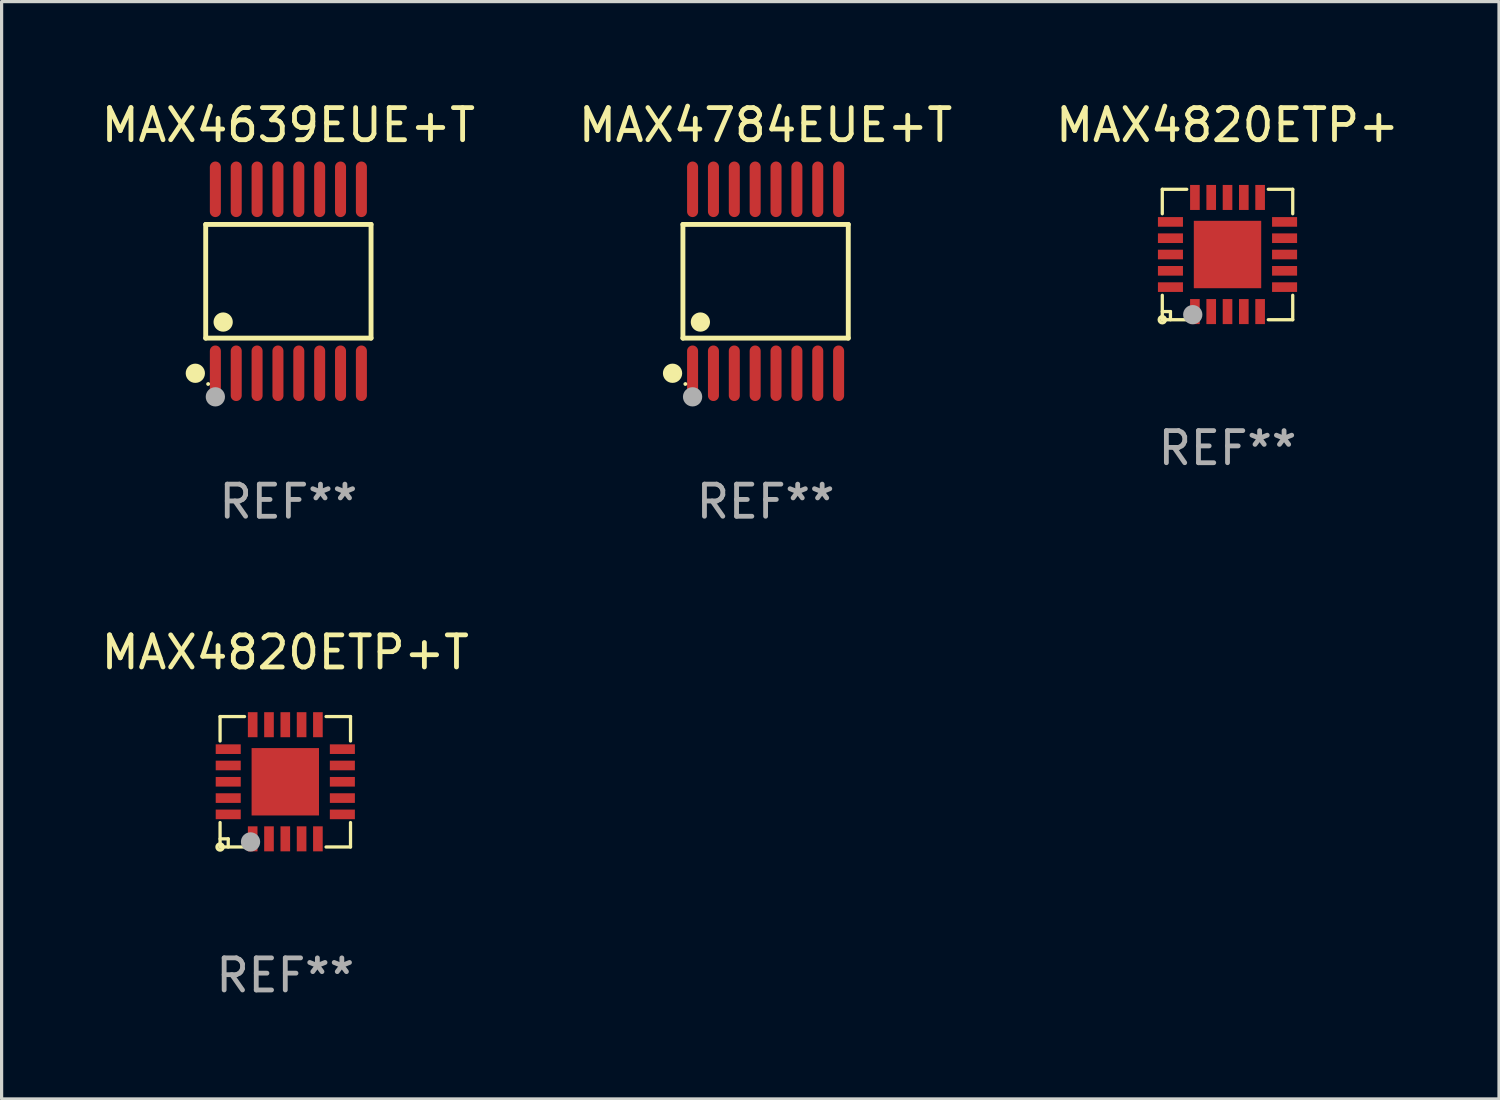
<source format=kicad_pcb>
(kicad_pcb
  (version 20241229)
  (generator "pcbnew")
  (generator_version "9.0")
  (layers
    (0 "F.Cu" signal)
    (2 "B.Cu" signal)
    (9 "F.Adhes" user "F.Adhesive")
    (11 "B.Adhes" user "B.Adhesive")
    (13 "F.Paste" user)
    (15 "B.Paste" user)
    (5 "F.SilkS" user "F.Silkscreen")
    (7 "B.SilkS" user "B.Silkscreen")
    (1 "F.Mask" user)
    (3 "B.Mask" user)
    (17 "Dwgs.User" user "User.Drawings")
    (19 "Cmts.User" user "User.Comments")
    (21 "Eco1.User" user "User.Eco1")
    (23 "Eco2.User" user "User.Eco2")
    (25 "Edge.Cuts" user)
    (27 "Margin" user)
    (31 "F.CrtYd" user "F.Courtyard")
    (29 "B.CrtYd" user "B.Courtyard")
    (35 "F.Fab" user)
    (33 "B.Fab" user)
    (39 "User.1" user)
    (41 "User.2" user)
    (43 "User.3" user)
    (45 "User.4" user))
  (footprint "MAX4784EUE+T"
    (layer "F.Cu")
    (at 20.804 5.714)
    (property "Reference" "MAX4784EUE+T" (at 0 -4.866 0) (layer "F.SilkS") (effects (font (size 1 1) (thickness 0.15))))
    (attr through_hole)
    (fp_line (start -2.576 -1.772) (end 2.576 -1.772) (stroke (width 0.152) (type solid)) (layer "F.SilkS"))
    (fp_line (start -2.576 1.771) (end -2.576 -1.772) (stroke (width 0.152) (type solid)) (layer "F.SilkS"))
    (fp_line (start 2.576 -1.772) (end 2.576 1.771) (stroke (width 0.152) (type solid)) (layer "F.SilkS"))
    (fp_line (start 2.576 1.771) (end -2.576 1.771) (stroke (width 0.152) (type solid)) (layer "F.SilkS"))
    (fp_circle (center -2.899 2.866) (end -2.749 2.866) (stroke (width 0.3) (type solid)) (fill no) (layer "F.SilkS"))
    (fp_circle (center -2.5 3.2) (end -2.47 3.2) (stroke (width 0.06) (type solid)) (fill no) (layer "F.SilkS"))
    (fp_circle (center -2.032 1.27) (end -1.882 1.27) (stroke (width 0.3) (type solid)) (fill no) (layer "F.SilkS"))
    (fp_circle (center -2.275 3.6) (end -2.125 3.6) (stroke (width 0.3) (type solid)) (fill no) (layer "F.Fab"))
    (fp_text user "REF**" (at 0 6.866 0) (layer "F.Fab") (effects (font (size 1 1) (thickness 0.15))))
    (pad "1" smd oval (at -2.275 2.866) (size 0.343 1.731) (layers "F.Cu" "F.Mask" "F.Paste"))
    (pad "2" smd oval (at -1.625 2.866) (size 0.343 1.731) (layers "F.Cu" "F.Mask" "F.Paste"))
    (pad "3" smd oval (at -0.975 2.866) (size 0.343 1.731) (layers "F.Cu" "F.Mask" "F.Paste"))
    (pad "4" smd oval (at -0.325 2.866) (size 0.343 1.731) (layers "F.Cu" "F.Mask" "F.Paste"))
    (pad "5" smd oval (at 0.325 2.866) (size 0.343 1.731) (layers "F.Cu" "F.Mask" "F.Paste"))
    (pad "6" smd oval (at 0.975 2.866) (size 0.343 1.731) (layers "F.Cu" "F.Mask" "F.Paste"))
    (pad "7" smd oval (at 1.625 2.866) (size 0.343 1.731) (layers "F.Cu" "F.Mask" "F.Paste"))
    (pad "8" smd oval (at 2.275 2.866) (size 0.343 1.731) (layers "F.Cu" "F.Mask" "F.Paste"))
    (pad "9" smd oval (at 2.275 -2.866) (size 0.343 1.731) (layers "F.Cu" "F.Mask" "F.Paste"))
    (pad "10" smd oval (at 1.625 -2.866) (size 0.343 1.731) (layers "F.Cu" "F.Mask" "F.Paste"))
    (pad "11" smd oval (at 0.975 -2.866) (size 0.343 1.731) (layers "F.Cu" "F.Mask" "F.Paste"))
    (pad "12" smd oval (at 0.325 -2.866) (size 0.343 1.731) (layers "F.Cu" "F.Mask" "F.Paste"))
    (pad "13" smd oval (at -0.325 -2.866) (size 0.343 1.731) (layers "F.Cu" "F.Mask" "F.Paste"))
    (pad "14" smd oval (at -0.975 -2.866) (size 0.343 1.731) (layers "F.Cu" "F.Mask" "F.Paste"))
    (pad "15" smd oval (at -1.625 -2.866) (size 0.343 1.731) (layers "F.Cu" "F.Mask" "F.Paste"))
    (pad "16" smd oval (at -2.275 -2.866) (size 0.343 1.731) (layers "F.Cu" "F.Mask" "F.Paste")))
  (footprint "MAX4639EUE+T"
    (layer "F.Cu")
    (at 5.935 5.714)
    (property "Reference" "MAX4639EUE+T" (at 0 -4.866 0) (layer "F.SilkS") (effects (font (size 1 1) (thickness 0.15))))
    (attr through_hole)
    (fp_line (start -2.576 -1.772) (end 2.576 -1.772) (stroke (width 0.152) (type solid)) (layer "F.SilkS"))
    (fp_line (start -2.576 1.771) (end -2.576 -1.772) (stroke (width 0.152) (type solid)) (layer "F.SilkS"))
    (fp_line (start 2.576 -1.772) (end 2.576 1.771) (stroke (width 0.152) (type solid)) (layer "F.SilkS"))
    (fp_line (start 2.576 1.771) (end -2.576 1.771) (stroke (width 0.152) (type solid)) (layer "F.SilkS"))
    (fp_circle (center -2.899 2.866) (end -2.749 2.866) (stroke (width 0.3) (type solid)) (fill no) (layer "F.SilkS"))
    (fp_circle (center -2.5 3.2) (end -2.47 3.2) (stroke (width 0.06) (type solid)) (fill no) (layer "F.SilkS"))
    (fp_circle (center -2.032 1.27) (end -1.882 1.27) (stroke (width 0.3) (type solid)) (fill no) (layer "F.SilkS"))
    (fp_circle (center -2.275 3.6) (end -2.125 3.6) (stroke (width 0.3) (type solid)) (fill no) (layer "F.Fab"))
    (fp_text user "REF**" (at 0 6.866 0) (layer "F.Fab") (effects (font (size 1 1) (thickness 0.15))))
    (pad "1" smd oval (at -2.275 2.866) (size 0.343 1.731) (layers "F.Cu" "F.Mask" "F.Paste"))
    (pad "2" smd oval (at -1.625 2.866) (size 0.343 1.731) (layers "F.Cu" "F.Mask" "F.Paste"))
    (pad "3" smd oval (at -0.975 2.866) (size 0.343 1.731) (layers "F.Cu" "F.Mask" "F.Paste"))
    (pad "4" smd oval (at -0.325 2.866) (size 0.343 1.731) (layers "F.Cu" "F.Mask" "F.Paste"))
    (pad "5" smd oval (at 0.325 2.866) (size 0.343 1.731) (layers "F.Cu" "F.Mask" "F.Paste"))
    (pad "6" smd oval (at 0.975 2.866) (size 0.343 1.731) (layers "F.Cu" "F.Mask" "F.Paste"))
    (pad "7" smd oval (at 1.625 2.866) (size 0.343 1.731) (layers "F.Cu" "F.Mask" "F.Paste"))
    (pad "8" smd oval (at 2.275 2.866) (size 0.343 1.731) (layers "F.Cu" "F.Mask" "F.Paste"))
    (pad "9" smd oval (at 2.275 -2.866) (size 0.343 1.731) (layers "F.Cu" "F.Mask" "F.Paste"))
    (pad "10" smd oval (at 1.625 -2.866) (size 0.343 1.731) (layers "F.Cu" "F.Mask" "F.Paste"))
    (pad "11" smd oval (at 0.975 -2.866) (size 0.343 1.731) (layers "F.Cu" "F.Mask" "F.Paste"))
    (pad "12" smd oval (at 0.325 -2.866) (size 0.343 1.731) (layers "F.Cu" "F.Mask" "F.Paste"))
    (pad "13" smd oval (at -0.325 -2.866) (size 0.343 1.731) (layers "F.Cu" "F.Mask" "F.Paste"))
    (pad "14" smd oval (at -0.975 -2.866) (size 0.343 1.731) (layers "F.Cu" "F.Mask" "F.Paste"))
    (pad "15" smd oval (at -1.625 -2.866) (size 0.343 1.731) (layers "F.Cu" "F.Mask" "F.Paste"))
    (pad "16" smd oval (at -2.275 -2.866) (size 0.343 1.731) (layers "F.Cu" "F.Mask" "F.Paste")))
  (footprint "MAX4820ETP+"
    (layer "F.Cu")
    (at 35.196 4.88)
    (property "Reference" "MAX4820ETP+" (at 0 -4.032 0) (layer "F.SilkS") (effects (font (size 1 1) (thickness 0.15))))
    (attr through_hole)
    (fp_line (start -2.032 -2.032) (end -1.27 -2.032) (stroke (width 0.102) (type solid)) (layer "F.SilkS"))
    (fp_line (start -2.032 -1.27) (end -2.032 -2.032) (stroke (width 0.102) (type solid)) (layer "F.SilkS"))
    (fp_line (start -2.032 1.778) (end -1.778 1.778) (stroke (width 0.102) (type solid)) (layer "F.SilkS"))
    (fp_line (start -2.032 2.032) (end -2.032 1.27) (stroke (width 0.102) (type solid)) (layer "F.SilkS"))
    (fp_line (start -1.778 1.778) (end -1.778 2.032) (stroke (width 0.102) (type solid)) (layer "F.SilkS"))
    (fp_line (start -1.27 2.032) (end -2.032 2.032) (stroke (width 0.102) (type solid)) (layer "F.SilkS"))
    (fp_line (start 1.27 -2.032) (end 2.032 -2.032) (stroke (width 0.102) (type solid)) (layer "F.SilkS"))
    (fp_line (start 1.27 2.032) (end 2.032 2.032) (stroke (width 0.102) (type solid)) (layer "F.SilkS"))
    (fp_line (start 2.032 -2.032) (end 2.032 -1.27) (stroke (width 0.102) (type solid)) (layer "F.SilkS"))
    (fp_line (start 2.032 2.032) (end 2.032 1.27) (stroke (width 0.102) (type solid)) (layer "F.SilkS"))
    (fp_circle (center -2.032 2.032) (end -1.933 2.032) (stroke (width 0.1) (type solid)) (fill no) (layer "F.SilkS"))
    (fp_circle (center -2.002 2) (end -1.972 2) (stroke (width 0.06) (type solid)) (fill no) (layer "F.SilkS"))
    (fp_circle (center -1.083 1.874) (end -0.933 1.874) (stroke (width 0.3) (type solid)) (fill no) (layer "F.Fab"))
    (fp_text user "REF**" (at 0 6.032 0) (layer "F.Fab") (effects (font (size 1 1) (thickness 0.15))))
    (pad "1" smd rect (at -1.016 1.778 180) (size 0.3 0.78) (layers "F.Cu" "F.Mask" "F.Paste"))
    (pad "2" smd rect (at -0.508 1.778 180) (size 0.3 0.78) (layers "F.Cu" "F.Mask" "F.Paste"))
    (pad "3" smd rect (at 0.000254 1.778 180) (size 0.3 0.78) (layers "F.Cu" "F.Mask" "F.Paste"))
    (pad "4" smd rect (at 0.508 1.778 180) (size 0.3 0.78) (layers "F.Cu" "F.Mask" "F.Paste"))
    (pad "5" smd rect (at 1.016 1.778 180) (size 0.3 0.78) (layers "F.Cu" "F.Mask" "F.Paste"))
    (pad "6" smd rect (at 1.778 1.016 270) (size 0.3 0.78) (layers "F.Cu" "F.Mask" "F.Paste"))
    (pad "7" smd rect (at 1.778 0.508 270) (size 0.3 0.78) (layers "F.Cu" "F.Mask" "F.Paste"))
    (pad "8" smd rect (at 1.778 0 270) (size 0.3 0.78) (layers "F.Cu" "F.Mask" "F.Paste"))
    (pad "9" smd rect (at 1.778 -0.508 270) (size 0.3 0.78) (layers "F.Cu" "F.Mask" "F.Paste"))
    (pad "10" smd rect (at 1.778 -1.016 270) (size 0.3 0.78) (layers "F.Cu" "F.Mask" "F.Paste"))
    (pad "11" smd rect (at 1.016 -1.778) (size 0.3 0.78) (layers "F.Cu" "F.Mask" "F.Paste"))
    (pad "12" smd rect (at 0.508 -1.778) (size 0.3 0.78) (layers "F.Cu" "F.Mask" "F.Paste"))
    (pad "13" smd rect (at 0.000254 -1.778) (size 0.3 0.78) (layers "F.Cu" "F.Mask" "F.Paste"))
    (pad "14" smd rect (at -0.508 -1.778) (size 0.3 0.78) (layers "F.Cu" "F.Mask" "F.Paste"))
    (pad "15" smd rect (at -1.016 -1.778) (size 0.3 0.78) (layers "F.Cu" "F.Mask" "F.Paste"))
    (pad "16" smd rect (at -1.778 -1.016 90) (size 0.3 0.78) (layers "F.Cu" "F.Mask" "F.Paste"))
    (pad "17" smd rect (at -1.778 -0.508 90) (size 0.3 0.78) (layers "F.Cu" "F.Mask" "F.Paste"))
    (pad "18" smd rect (at -1.778 0 90) (size 0.3 0.78) (layers "F.Cu" "F.Mask" "F.Paste"))
    (pad "19" smd rect (at -1.778 0.508 90) (size 0.3 0.78) (layers "F.Cu" "F.Mask" "F.Paste"))
    (pad "20" smd rect (at -1.778 1.016 90) (size 0.3 0.78) (layers "F.Cu" "F.Mask" "F.Paste"))
    (pad "21" smd rect (at 0 0 90) (size 2.1 2.1) (layers "F.Cu" "F.Mask" "F.Paste")))
  (footprint "MAX4820ETP+T"
    (layer "F.Cu")
    (at 5.839 21.308)
    (property "Reference" "MAX4820ETP+T" (at 0 -4.032 0) (layer "F.SilkS") (effects (font (size 1 1) (thickness 0.15))))
    (attr through_hole)
    (fp_line (start -2.032 -2.032) (end -1.27 -2.032) (stroke (width 0.102) (type solid)) (layer "F.SilkS"))
    (fp_line (start -2.032 -1.27) (end -2.032 -2.032) (stroke (width 0.102) (type solid)) (layer "F.SilkS"))
    (fp_line (start -2.032 1.778) (end -1.778 1.778) (stroke (width 0.102) (type solid)) (layer "F.SilkS"))
    (fp_line (start -2.032 2.032) (end -2.032 1.27) (stroke (width 0.102) (type solid)) (layer "F.SilkS"))
    (fp_line (start -1.778 1.778) (end -1.778 2.032) (stroke (width 0.102) (type solid)) (layer "F.SilkS"))
    (fp_line (start -1.27 2.032) (end -2.032 2.032) (stroke (width 0.102) (type solid)) (layer "F.SilkS"))
    (fp_line (start 1.27 -2.032) (end 2.032 -2.032) (stroke (width 0.102) (type solid)) (layer "F.SilkS"))
    (fp_line (start 1.27 2.032) (end 2.032 2.032) (stroke (width 0.102) (type solid)) (layer "F.SilkS"))
    (fp_line (start 2.032 -2.032) (end 2.032 -1.27) (stroke (width 0.102) (type solid)) (layer "F.SilkS"))
    (fp_line (start 2.032 2.032) (end 2.032 1.27) (stroke (width 0.102) (type solid)) (layer "F.SilkS"))
    (fp_circle (center -2.032 2.032) (end -1.933 2.032) (stroke (width 0.1) (type solid)) (fill no) (layer "F.SilkS"))
    (fp_circle (center -2.002 2) (end -1.972 2) (stroke (width 0.06) (type solid)) (fill no) (layer "F.SilkS"))
    (fp_circle (center -1.083 1.874) (end -0.933 1.874) (stroke (width 0.3) (type solid)) (fill no) (layer "F.Fab"))
    (fp_text user "REF**" (at 0 6.032 0) (layer "F.Fab") (effects (font (size 1 1) (thickness 0.15))))
    (pad "1" smd rect (at -1.016 1.778 180) (size 0.3 0.78) (layers "F.Cu" "F.Mask" "F.Paste"))
    (pad "2" smd rect (at -0.508 1.778 180) (size 0.3 0.78) (layers "F.Cu" "F.Mask" "F.Paste"))
    (pad "3" smd rect (at 0.000254 1.778 180) (size 0.3 0.78) (layers "F.Cu" "F.Mask" "F.Paste"))
    (pad "4" smd rect (at 0.508 1.778 180) (size 0.3 0.78) (layers "F.Cu" "F.Mask" "F.Paste"))
    (pad "5" smd rect (at 1.016 1.778 180) (size 0.3 0.78) (layers "F.Cu" "F.Mask" "F.Paste"))
    (pad "6" smd rect (at 1.778 1.016 270) (size 0.3 0.78) (layers "F.Cu" "F.Mask" "F.Paste"))
    (pad "7" smd rect (at 1.778 0.508 270) (size 0.3 0.78) (layers "F.Cu" "F.Mask" "F.Paste"))
    (pad "8" smd rect (at 1.778 0 270) (size 0.3 0.78) (layers "F.Cu" "F.Mask" "F.Paste"))
    (pad "9" smd rect (at 1.778 -0.508 270) (size 0.3 0.78) (layers "F.Cu" "F.Mask" "F.Paste"))
    (pad "10" smd rect (at 1.778 -1.016 270) (size 0.3 0.78) (layers "F.Cu" "F.Mask" "F.Paste"))
    (pad "11" smd rect (at 1.016 -1.778) (size 0.3 0.78) (layers "F.Cu" "F.Mask" "F.Paste"))
    (pad "12" smd rect (at 0.508 -1.778) (size 0.3 0.78) (layers "F.Cu" "F.Mask" "F.Paste"))
    (pad "13" smd rect (at 0.000254 -1.778) (size 0.3 0.78) (layers "F.Cu" "F.Mask" "F.Paste"))
    (pad "14" smd rect (at -0.508 -1.778) (size 0.3 0.78) (layers "F.Cu" "F.Mask" "F.Paste"))
    (pad "15" smd rect (at -1.016 -1.778) (size 0.3 0.78) (layers "F.Cu" "F.Mask" "F.Paste"))
    (pad "16" smd rect (at -1.778 -1.016 90) (size 0.3 0.78) (layers "F.Cu" "F.Mask" "F.Paste"))
    (pad "17" smd rect (at -1.778 -0.508 90) (size 0.3 0.78) (layers "F.Cu" "F.Mask" "F.Paste"))
    (pad "18" smd rect (at -1.778 0 90) (size 0.3 0.78) (layers "F.Cu" "F.Mask" "F.Paste"))
    (pad "19" smd rect (at -1.778 0.508 90) (size 0.3 0.78) (layers "F.Cu" "F.Mask" "F.Paste"))
    (pad "20" smd rect (at -1.778 1.016 90) (size 0.3 0.78) (layers "F.Cu" "F.Mask" "F.Paste"))
    (pad "21" smd rect (at 0 0 90) (size 2.1 2.1) (layers "F.Cu" "F.Mask" "F.Paste")))
  (gr_rect
    (start -3 -3)
    (end 43.655 31.189)
    (stroke (width 0.1) (type default))
    (fill no)
    (layer "Edge.Cuts")))
</source>
